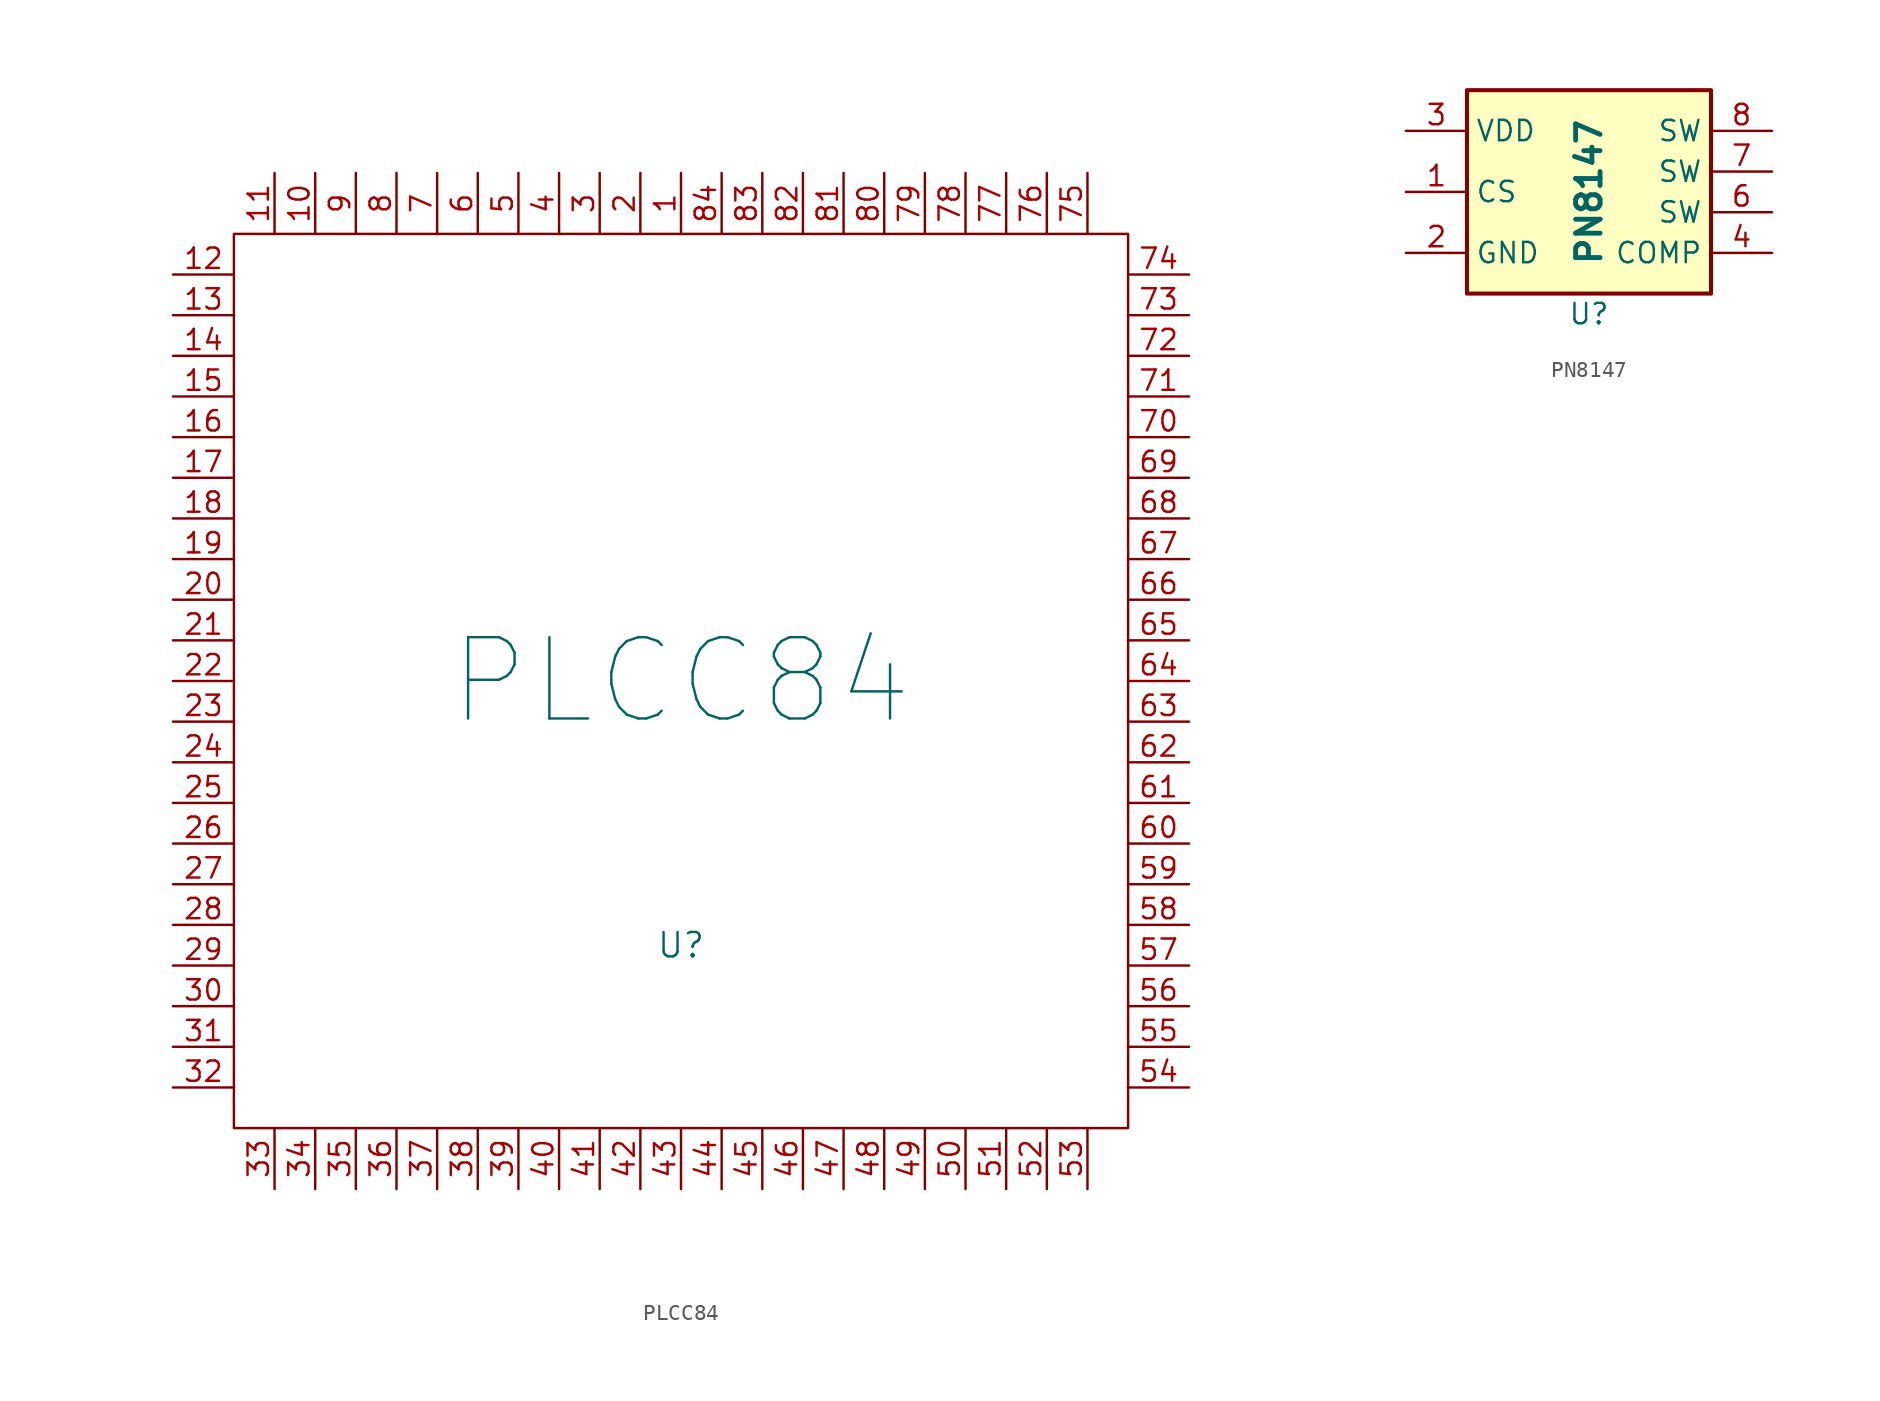
<source format=kicad_sym>
(kicad_symbol_lib
  (version 20231120)
  (generator "kicad_symbol_editor")
  (generator_version "8.0")
  (symbol "PLCC84"
    (pin_names
      (offset 0.025) hide)
    (property "Reference" "U"
      (at 0 -16.51 0)
      (effects (font (size 1.524 1.524))))
    (property "Value" "PLCC84"
      (at 0 0 0)
      (effects (font (size 5.08 5.08))))
    (property "Footprint" ""
      (at 0 0 0)
      (effects (font (size 1.524 1.524))))
    (property "Datasheet" ""
      (at 0 0 0)
      (effects (font (size 1.524 1.524))))
    (symbol "PLCC84_0_1"
      (rectangle (start -27.94 27.94) (end 27.94 -27.94) (stroke (width 0) (type default)) (fill (type none))))
    (symbol "PLCC84_1_1"
      (pin passive line (at 0 31.75 270) (length 3.81) (name "~" (effects (font (size 1.27 1.27)))) (number "1" (effects (font (size 1.27 1.27)))))
      (pin passive line (at -22.86 31.75 270) (length 3.81) (name "~" (effects (font (size 1.27 1.27)))) (number "10" (effects (font (size 1.27 1.27)))))
      (pin passive line (at -25.4 31.75 270) (length 3.81) (name "~" (effects (font (size 1.27 1.27)))) (number "11" (effects (font (size 1.27 1.27)))))
      (pin passive line (at -31.75 25.4 0) (length 3.81) (name "~" (effects (font (size 1.27 1.27)))) (number "12" (effects (font (size 1.27 1.27)))))
      (pin passive line (at -31.75 22.86 0) (length 3.81) (name "~" (effects (font (size 1.27 1.27)))) (number "13" (effects (font (size 1.27 1.27)))))
      (pin passive line (at -31.75 20.32 0) (length 3.81) (name "~" (effects (font (size 1.27 1.27)))) (number "14" (effects (font (size 1.27 1.27)))))
      (pin passive line (at -31.75 17.78 0) (length 3.81) (name "~" (effects (font (size 1.27 1.27)))) (number "15" (effects (font (size 1.27 1.27)))))
      (pin passive line (at -31.75 15.24 0) (length 3.81) (name "~" (effects (font (size 1.27 1.27)))) (number "16" (effects (font (size 1.27 1.27)))))
      (pin passive line (at -31.75 12.7 0) (length 3.81) (name "~" (effects (font (size 1.27 1.27)))) (number "17" (effects (font (size 1.27 1.27)))))
      (pin passive line (at -31.75 10.16 0) (length 3.81) (name "~" (effects (font (size 1.27 1.27)))) (number "18" (effects (font (size 1.27 1.27)))))
      (pin passive line (at -31.75 7.62 0) (length 3.81) (name "~" (effects (font (size 1.27 1.27)))) (number "19" (effects (font (size 1.27 1.27)))))
      (pin passive line (at -2.54 31.75 270) (length 3.81) (name "~" (effects (font (size 1.27 1.27)))) (number "2" (effects (font (size 1.27 1.27)))))
      (pin passive line (at -31.75 5.08 0) (length 3.81) (name "~" (effects (font (size 1.27 1.27)))) (number "20" (effects (font (size 1.27 1.27)))))
      (pin passive line (at -31.75 2.54 0) (length 3.81) (name "~" (effects (font (size 1.27 1.27)))) (number "21" (effects (font (size 1.27 1.27)))))
      (pin passive line (at -31.75 0 0) (length 3.81) (name "~" (effects (font (size 1.27 1.27)))) (number "22" (effects (font (size 1.27 1.27)))))
      (pin passive line (at -31.75 -2.54 0) (length 3.81) (name "~" (effects (font (size 1.27 1.27)))) (number "23" (effects (font (size 1.27 1.27)))))
      (pin passive line (at -31.75 -5.08 0) (length 3.81) (name "~" (effects (font (size 1.27 1.27)))) (number "24" (effects (font (size 1.27 1.27)))))
      (pin passive line (at -31.75 -7.62 0) (length 3.81) (name "~" (effects (font (size 1.27 1.27)))) (number "25" (effects (font (size 1.27 1.27)))))
      (pin passive line (at -31.75 -10.16 0) (length 3.81) (name "~" (effects (font (size 1.27 1.27)))) (number "26" (effects (font (size 1.27 1.27)))))
      (pin passive line (at -31.75 -12.7 0) (length 3.81) (name "~" (effects (font (size 1.27 1.27)))) (number "27" (effects (font (size 1.27 1.27)))))
      (pin passive line (at -31.75 -15.24 0) (length 3.81) (name "~" (effects (font (size 1.27 1.27)))) (number "28" (effects (font (size 1.27 1.27)))))
      (pin passive line (at -31.75 -17.78 0) (length 3.81) (name "~" (effects (font (size 1.27 1.27)))) (number "29" (effects (font (size 1.27 1.27)))))
      (pin passive line (at -5.08 31.75 270) (length 3.81) (name "~" (effects (font (size 1.27 1.27)))) (number "3" (effects (font (size 1.27 1.27)))))
      (pin passive line (at -31.75 -20.32 0) (length 3.81) (name "~" (effects (font (size 1.27 1.27)))) (number "30" (effects (font (size 1.27 1.27)))))
      (pin passive line (at -31.75 -22.86 0) (length 3.81) (name "~" (effects (font (size 1.27 1.27)))) (number "31" (effects (font (size 1.27 1.27)))))
      (pin passive line (at -31.75 -25.4 0) (length 3.81) (name "~" (effects (font (size 1.27 1.27)))) (number "32" (effects (font (size 1.27 1.27)))))
      (pin passive line (at -25.4 -31.75 90) (length 3.81) (name "~" (effects (font (size 1.27 1.27)))) (number "33" (effects (font (size 1.27 1.27)))))
      (pin passive line (at -22.86 -31.75 90) (length 3.81) (name "~" (effects (font (size 1.27 1.27)))) (number "34" (effects (font (size 1.27 1.27)))))
      (pin passive line (at -20.32 -31.75 90) (length 3.81) (name "~" (effects (font (size 1.27 1.27)))) (number "35" (effects (font (size 1.27 1.27)))))
      (pin passive line (at -17.78 -31.75 90) (length 3.81) (name "~" (effects (font (size 1.27 1.27)))) (number "36" (effects (font (size 1.27 1.27)))))
      (pin passive line (at -15.24 -31.75 90) (length 3.81) (name "~" (effects (font (size 1.27 1.27)))) (number "37" (effects (font (size 1.27 1.27)))))
      (pin passive line (at -12.7 -31.75 90) (length 3.81) (name "~" (effects (font (size 1.27 1.27)))) (number "38" (effects (font (size 1.27 1.27)))))
      (pin passive line (at -10.16 -31.75 90) (length 3.81) (name "~" (effects (font (size 1.27 1.27)))) (number "39" (effects (font (size 1.27 1.27)))))
      (pin passive line (at -7.62 31.75 270) (length 3.81) (name "~" (effects (font (size 1.27 1.27)))) (number "4" (effects (font (size 1.27 1.27)))))
      (pin passive line (at -7.62 -31.75 90) (length 3.81) (name "~" (effects (font (size 1.27 1.27)))) (number "40" (effects (font (size 1.27 1.27)))))
      (pin passive line (at -5.08 -31.75 90) (length 3.81) (name "~" (effects (font (size 1.27 1.27)))) (number "41" (effects (font (size 1.27 1.27)))))
      (pin passive line (at -2.54 -31.75 90) (length 3.81) (name "~" (effects (font (size 1.27 1.27)))) (number "42" (effects (font (size 1.27 1.27)))))
      (pin passive line (at 0 -31.75 90) (length 3.81) (name "~" (effects (font (size 1.27 1.27)))) (number "43" (effects (font (size 1.27 1.27)))))
      (pin passive line (at 2.54 -31.75 90) (length 3.81) (name "~" (effects (font (size 1.27 1.27)))) (number "44" (effects (font (size 1.27 1.27)))))
      (pin passive line (at 5.08 -31.75 90) (length 3.81) (name "~" (effects (font (size 1.27 1.27)))) (number "45" (effects (font (size 1.27 1.27)))))
      (pin passive line (at 7.62 -31.75 90) (length 3.81) (name "~" (effects (font (size 1.27 1.27)))) (number "46" (effects (font (size 1.27 1.27)))))
      (pin passive line (at 10.16 -31.75 90) (length 3.81) (name "~" (effects (font (size 1.27 1.27)))) (number "47" (effects (font (size 1.27 1.27)))))
      (pin passive line (at 12.7 -31.75 90) (length 3.81) (name "~" (effects (font (size 1.27 1.27)))) (number "48" (effects (font (size 1.27 1.27)))))
      (pin passive line (at 15.24 -31.75 90) (length 3.81) (name "~" (effects (font (size 1.27 1.27)))) (number "49" (effects (font (size 1.27 1.27)))))
      (pin passive line (at -10.16 31.75 270) (length 3.81) (name "~" (effects (font (size 1.27 1.27)))) (number "5" (effects (font (size 1.27 1.27)))))
      (pin passive line (at 17.78 -31.75 90) (length 3.81) (name "~" (effects (font (size 1.27 1.27)))) (number "50" (effects (font (size 1.27 1.27)))))
      (pin passive line (at 20.32 -31.75 90) (length 3.81) (name "~" (effects (font (size 1.27 1.27)))) (number "51" (effects (font (size 1.27 1.27)))))
      (pin passive line (at 22.86 -31.75 90) (length 3.81) (name "~" (effects (font (size 1.27 1.27)))) (number "52" (effects (font (size 1.27 1.27)))))
      (pin passive line (at 25.4 -31.75 90) (length 3.81) (name "~" (effects (font (size 1.27 1.27)))) (number "53" (effects (font (size 1.27 1.27)))))
      (pin passive line (at 31.75 -25.4 180) (length 3.81) (name "~" (effects (font (size 1.27 1.27)))) (number "54" (effects (font (size 1.27 1.27)))))
      (pin passive line (at 31.75 -22.86 180) (length 3.81) (name "~" (effects (font (size 1.27 1.27)))) (number "55" (effects (font (size 1.27 1.27)))))
      (pin passive line (at 31.75 -20.32 180) (length 3.81) (name "~" (effects (font (size 1.27 1.27)))) (number "56" (effects (font (size 1.27 1.27)))))
      (pin passive line (at 31.75 -17.78 180) (length 3.81) (name "~" (effects (font (size 1.27 1.27)))) (number "57" (effects (font (size 1.27 1.27)))))
      (pin passive line (at 31.75 -15.24 180) (length 3.81) (name "~" (effects (font (size 1.27 1.27)))) (number "58" (effects (font (size 1.27 1.27)))))
      (pin passive line (at 31.75 -12.7 180) (length 3.81) (name "~" (effects (font (size 1.27 1.27)))) (number "59" (effects (font (size 1.27 1.27)))))
      (pin passive line (at -12.7 31.75 270) (length 3.81) (name "~" (effects (font (size 1.27 1.27)))) (number "6" (effects (font (size 1.27 1.27)))))
      (pin passive line (at 31.75 -10.16 180) (length 3.81) (name "~" (effects (font (size 1.27 1.27)))) (number "60" (effects (font (size 1.27 1.27)))))
      (pin passive line (at 31.75 -7.62 180) (length 3.81) (name "~" (effects (font (size 1.27 1.27)))) (number "61" (effects (font (size 1.27 1.27)))))
      (pin passive line (at 31.75 -5.08 180) (length 3.81) (name "~" (effects (font (size 1.27 1.27)))) (number "62" (effects (font (size 1.27 1.27)))))
      (pin passive line (at 31.75 -2.54 180) (length 3.81) (name "~" (effects (font (size 1.27 1.27)))) (number "63" (effects (font (size 1.27 1.27)))))
      (pin passive line (at 31.75 0 180) (length 3.81) (name "~" (effects (font (size 1.27 1.27)))) (number "64" (effects (font (size 1.27 1.27)))))
      (pin passive line (at 31.75 2.54 180) (length 3.81) (name "~" (effects (font (size 1.27 1.27)))) (number "65" (effects (font (size 1.27 1.27)))))
      (pin passive line (at 31.75 5.08 180) (length 3.81) (name "~" (effects (font (size 1.27 1.27)))) (number "66" (effects (font (size 1.27 1.27)))))
      (pin passive line (at 31.75 7.62 180) (length 3.81) (name "~" (effects (font (size 1.27 1.27)))) (number "67" (effects (font (size 1.27 1.27)))))
      (pin passive line (at 31.75 10.16 180) (length 3.81) (name "~" (effects (font (size 1.27 1.27)))) (number "68" (effects (font (size 1.27 1.27)))))
      (pin passive line (at 31.75 12.7 180) (length 3.81) (name "~" (effects (font (size 1.27 1.27)))) (number "69" (effects (font (size 1.27 1.27)))))
      (pin passive line (at -15.24 31.75 270) (length 3.81) (name "~" (effects (font (size 1.27 1.27)))) (number "7" (effects (font (size 1.27 1.27)))))
      (pin passive line (at 31.75 15.24 180) (length 3.81) (name "~" (effects (font (size 1.27 1.27)))) (number "70" (effects (font (size 1.27 1.27)))))
      (pin passive line (at 31.75 17.78 180) (length 3.81) (name "~" (effects (font (size 1.27 1.27)))) (number "71" (effects (font (size 1.27 1.27)))))
      (pin passive line (at 31.75 20.32 180) (length 3.81) (name "~" (effects (font (size 1.27 1.27)))) (number "72" (effects (font (size 1.27 1.27)))))
      (pin passive line (at 31.75 22.86 180) (length 3.81) (name "~" (effects (font (size 1.27 1.27)))) (number "73" (effects (font (size 1.27 1.27)))))
      (pin passive line (at 31.75 25.4 180) (length 3.81) (name "~" (effects (font (size 1.27 1.27)))) (number "74" (effects (font (size 1.27 1.27)))))
      (pin passive line (at 25.4 31.75 270) (length 3.81) (name "~" (effects (font (size 1.27 1.27)))) (number "75" (effects (font (size 1.27 1.27)))))
      (pin passive line (at 22.86 31.75 270) (length 3.81) (name "~" (effects (font (size 1.27 1.27)))) (number "76" (effects (font (size 1.27 1.27)))))
      (pin passive line (at 20.32 31.75 270) (length 3.81) (name "~" (effects (font (size 1.27 1.27)))) (number "77" (effects (font (size 1.27 1.27)))))
      (pin passive line (at 17.78 31.75 270) (length 3.81) (name "~" (effects (font (size 1.27 1.27)))) (number "78" (effects (font (size 1.27 1.27)))))
      (pin passive line (at 15.24 31.75 270) (length 3.81) (name "~" (effects (font (size 1.27 1.27)))) (number "79" (effects (font (size 1.27 1.27)))))
      (pin passive line (at -17.78 31.75 270) (length 3.81) (name "~" (effects (font (size 1.27 1.27)))) (number "8" (effects (font (size 1.27 1.27)))))
      (pin passive line (at 12.7 31.75 270) (length 3.81) (name "~" (effects (font (size 1.27 1.27)))) (number "80" (effects (font (size 1.27 1.27)))))
      (pin passive line (at 10.16 31.75 270) (length 3.81) (name "~" (effects (font (size 1.27 1.27)))) (number "81" (effects (font (size 1.27 1.27)))))
      (pin passive line (at 7.62 31.75 270) (length 3.81) (name "~" (effects (font (size 1.27 1.27)))) (number "82" (effects (font (size 1.27 1.27)))))
      (pin passive line (at 5.08 31.75 270) (length 3.81) (name "~" (effects (font (size 1.27 1.27)))) (number "83" (effects (font (size 1.27 1.27)))))
      (pin passive line (at 2.54 31.75 270) (length 3.81) (name "~" (effects (font (size 1.27 1.27)))) (number "84" (effects (font (size 1.27 1.27)))))
      (pin passive line (at -20.32 31.75 270) (length 3.81) (name "~" (effects (font (size 1.27 1.27)))) (number "9" (effects (font (size 1.27 1.27)))))))
  (symbol "PN8147"
    (property "Reference" "U"
      (at 0 -7.62 0)
      (effects (font (size 1.27 1.27))))
    (property "Value" "PN8147"
      (at 0 0 90)
      (effects (font (size 1.524 1.524) (bold yes))))
    (symbol "PN8147_0_1"
      (rectangle (start -7.62 6.35) (end 7.62 -6.35) (stroke (width 0.254) (type default)) (fill (type background))))
    (symbol "PN8147_1_1"
      (pin input line (at -11.43 0 0) (length 3.81) (name "CS" (effects (font (size 1.27 1.27)))) (number "1" (effects (font (size 1.27 1.27)))))
      (pin input line (at -11.43 -3.81 0) (length 3.81) (name "GND" (effects (font (size 1.27 1.27)))) (number "2" (effects (font (size 1.27 1.27)))))
      (pin input line (at -11.43 3.81 0) (length 3.81) (name "VDD" (effects (font (size 1.27 1.27)))) (number "3" (effects (font (size 1.27 1.27)))))
      (pin input line (at 11.43 -3.81 180) (length 3.81) (name "COMP" (effects (font (size 1.27 1.27)))) (number "4" (effects (font (size 1.27 1.27)))))
      (pin input line (at 11.43 -1.27 180) (length 3.81) (name "SW" (effects (font (size 1.27 1.27)))) (number "6" (effects (font (size 1.27 1.27)))))
      (pin input line (at 11.43 1.27 180) (length 3.81) (name "SW" (effects (font (size 1.27 1.27)))) (number "7" (effects (font (size 1.27 1.27)))))
      (pin input line (at 11.43 3.81 180) (length 3.81) (name "SW" (effects (font (size 1.27 1.27)))) (number "8" (effects (font (size 1.27 1.27))))))))
</source>
